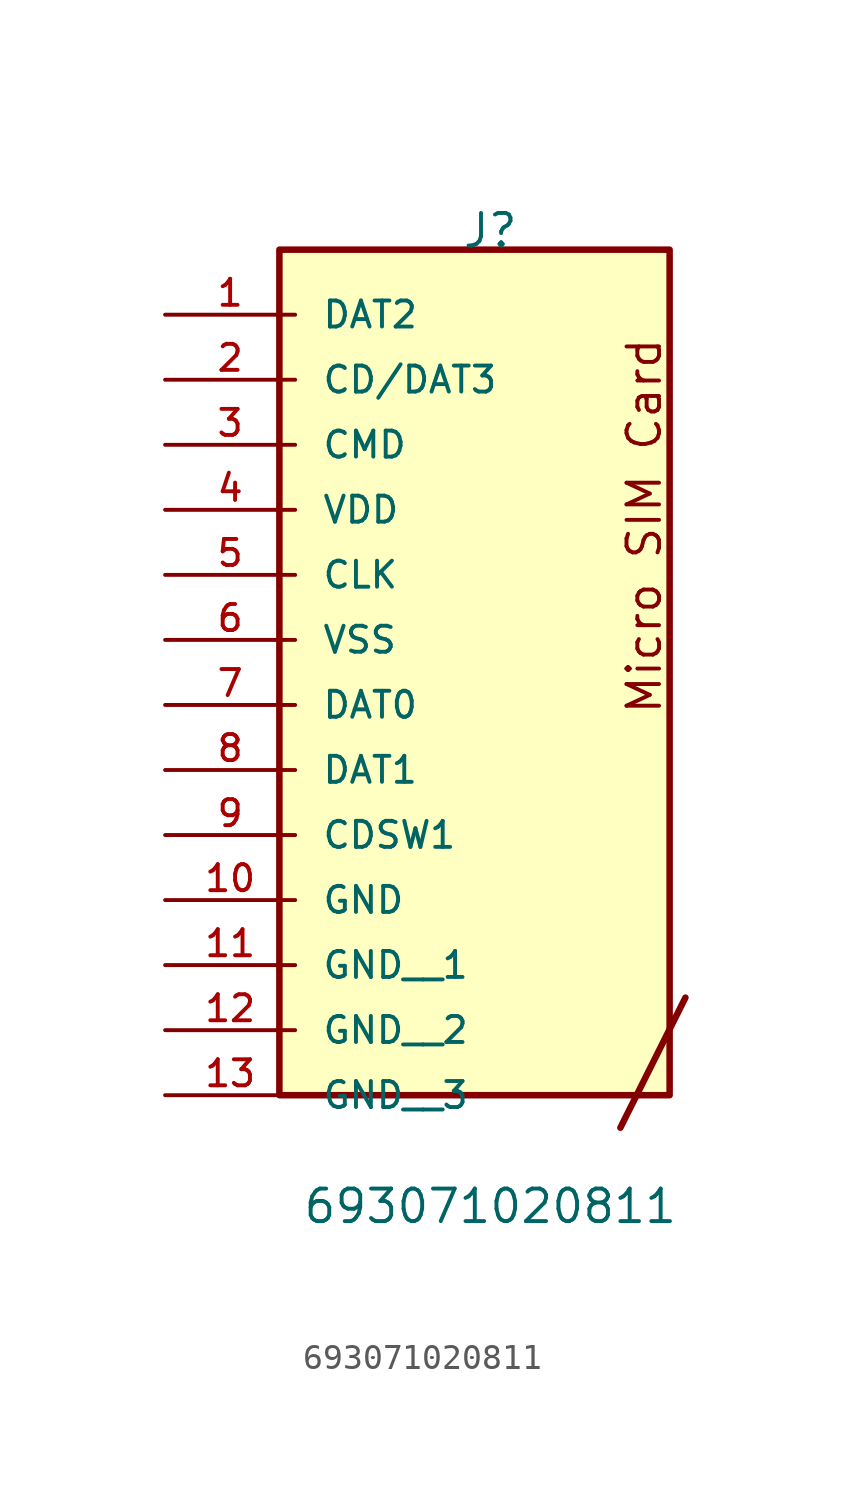
<source format=kicad_sym>
(kicad_symbol_lib
  (version 20211014)
  (generator kicad_symbol_editor)
  (symbol "693071020811"
    (pin_names
      (offset 1.016))
    (property "Reference" "J"
      (at 0.0 12.7 0)
      (effects (font (size 1.27 1.27)) (justify bottom)))
    (property "Value" "693071020811"
      (at 0.0 -25.4 0)
      (effects (font (size 1.27 1.27)) (justify bottom)))
    (symbol "693071020811_0_0"
      (polyline (pts (xy 5.08 -21.59) (xy 7.62 -16.51)) (stroke (width 0.254)))
      (text "Micro SIM Card" (at 6.753 -5.512 900) (effects (font (size 1.27 1.27)) (justify bottom left)))
      (rectangle (start -8.237 -20.32) (end 7.003 12.7) (stroke (width 0.254)) (fill (type background)))
      (pin bidirectional line (at -12.7 10.16 0) (length 5.08) (name "DAT2" (effects (font (size 1.016 1.016)))) (number "1" (effects (font (size 1.016 1.016)))))
      (pin bidirectional line (at -12.7 7.62 0) (length 5.08) (name "CD/DAT3" (effects (font (size 1.016 1.016)))) (number "2" (effects (font (size 1.016 1.016)))))
      (pin bidirectional line (at -12.7 5.08 0) (length 5.08) (name "CMD" (effects (font (size 1.016 1.016)))) (number "3" (effects (font (size 1.016 1.016)))))
      (pin bidirectional line (at -12.7 2.54 0) (length 5.08) (name "VDD" (effects (font (size 1.016 1.016)))) (number "4" (effects (font (size 1.016 1.016)))))
      (pin bidirectional line (at -12.7 0.0 0) (length 5.08) (name "CLK" (effects (font (size 1.016 1.016)))) (number "5" (effects (font (size 1.016 1.016)))))
      (pin bidirectional line (at -12.7 -2.54 0) (length 5.08) (name "VSS" (effects (font (size 1.016 1.016)))) (number "6" (effects (font (size 1.016 1.016)))))
      (pin bidirectional line (at -12.7 -5.08 0) (length 5.08) (name "DAT0" (effects (font (size 1.016 1.016)))) (number "7" (effects (font (size 1.016 1.016)))))
      (pin bidirectional line (at -12.7 -7.62 0) (length 5.08) (name "DAT1" (effects (font (size 1.016 1.016)))) (number "8" (effects (font (size 1.016 1.016)))))
      (pin bidirectional line (at -12.7 -10.16 0) (length 5.08) (name "CDSW1" (effects (font (size 1.016 1.016)))) (number "9" (effects (font (size 1.016 1.016)))))
      (pin bidirectional line (at -12.7 -12.7 0) (length 5.08) (name "GND" (effects (font (size 1.016 1.016)))) (number "10" (effects (font (size 1.016 1.016)))))
      (pin bidirectional line (at -12.7 -15.24 0) (length 5.08) (name "GND__1" (effects (font (size 1.016 1.016)))) (number "11" (effects (font (size 1.016 1.016)))))
      (pin bidirectional line (at -12.7 -17.78 0) (length 5.08) (name "GND__2" (effects (font (size 1.016 1.016)))) (number "12" (effects (font (size 1.016 1.016)))))
      (pin bidirectional line (at -12.7 -20.32 0) (length 5.08) (name "GND__3" (effects (font (size 1.016 1.016)))) (number "13" (effects (font (size 1.016 1.016))))))))
</source>
